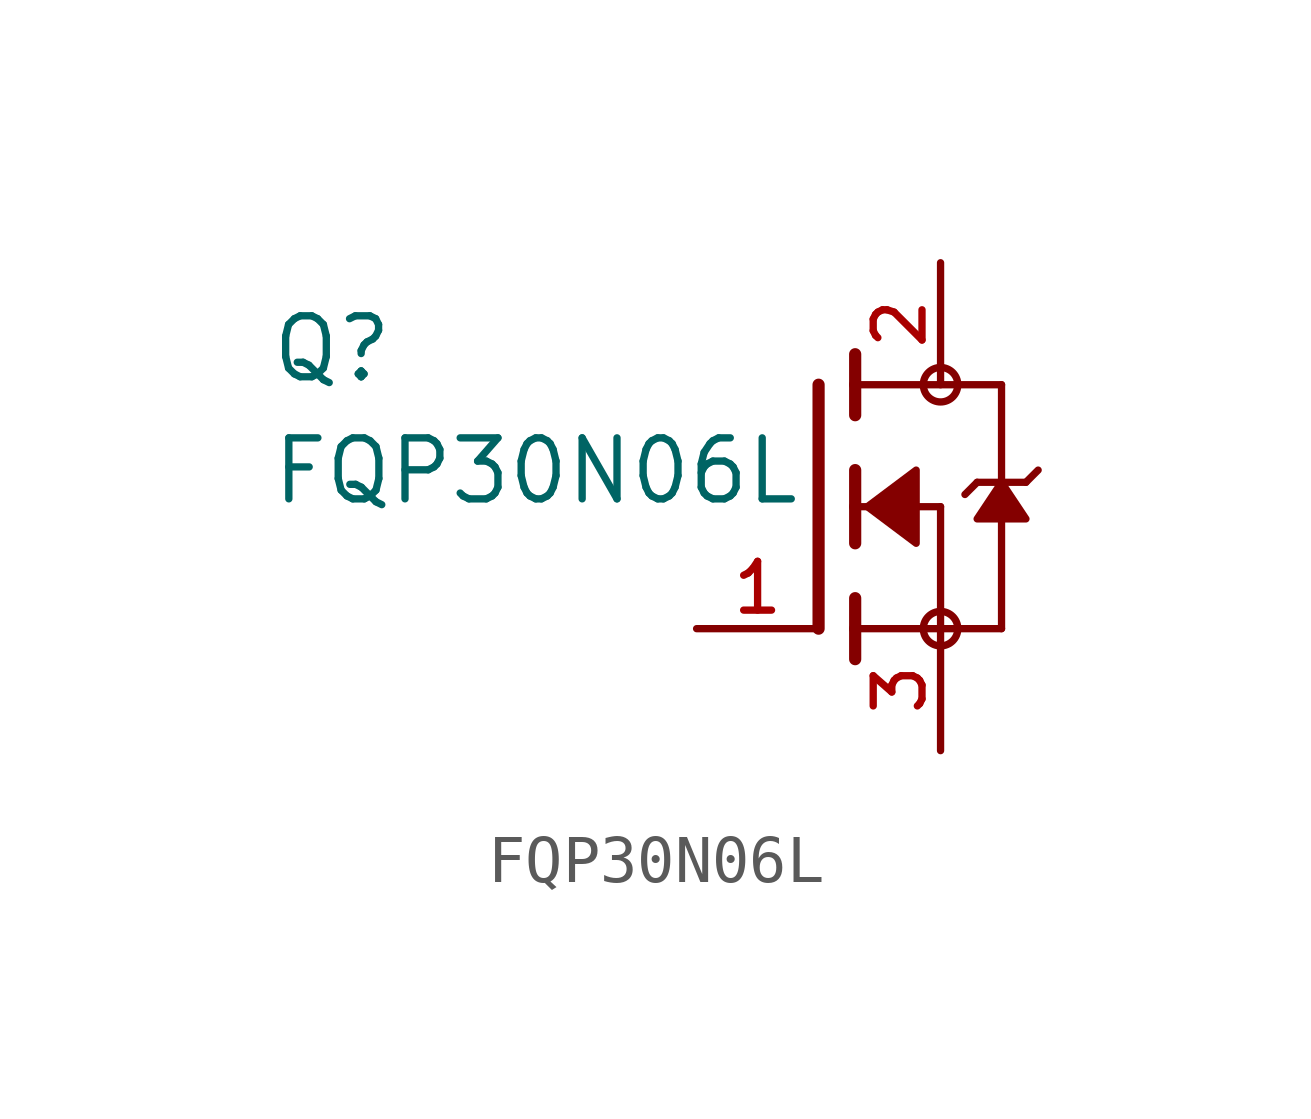
<source format=kicad_sym>
(kicad_symbol_lib
  (version 20211014)
  (generator kicad_symbol_editor)
  (symbol "FQP30N06L"
    (pin_names
      (offset 1.016))
    (property "Reference" "Q"
      (at -11.44 2.542 0)
      (effects (font (size 1.27 1.27)) (justify bottom left)))
    (property "Value" "FQP30N06L"
      (at -11.434 0.0 0)
      (effects (font (size 1.27 1.27)) (justify bottom left)))
    (symbol "FQP30N06L_0_0"
      (polyline (pts (xy 0.762 0.762) (xy 0.762 0.0)) (stroke (width 0.254)))
      (polyline (pts (xy 0.762 0.0) (xy 0.762 -0.762)) (stroke (width 0.254)))
      (polyline (pts (xy 0.762 3.175) (xy 0.762 2.54)) (stroke (width 0.254)))
      (polyline (pts (xy 0.762 2.54) (xy 0.762 1.905)) (stroke (width 0.254)))
      (polyline (pts (xy 0.762 0.0) (xy 2.54 0.0)) (stroke (width 0.152)))
      (polyline (pts (xy 2.54 0.0) (xy 2.54 -2.54)) (stroke (width 0.152)))
      (polyline (pts (xy 0.762 -1.905) (xy 0.762 -2.54)) (stroke (width 0.254)))
      (polyline (pts (xy 0.762 -2.54) (xy 0.762 -3.175)) (stroke (width 0.254)))
      (polyline (pts (xy 0.0 2.54) (xy 0.0 -2.54)) (stroke (width 0.254)))
      (polyline (pts (xy 2.54 -2.54) (xy 0.762 -2.54)) (stroke (width 0.152)))
      (polyline (pts (xy 3.81 2.54) (xy 3.81 0.508)) (stroke (width 0.152)))
      (polyline (pts (xy 3.81 0.508) (xy 3.81 -2.54)) (stroke (width 0.152)))
      (polyline (pts (xy 2.54 -2.54) (xy 3.81 -2.54)) (stroke (width 0.152)))
      (polyline (pts (xy 0.762 2.54) (xy 3.81 2.54)) (stroke (width 0.152)))
      (polyline (pts (xy 4.572 0.762) (xy 4.318 0.508)) (stroke (width 0.152)))
      (polyline (pts (xy 4.318 0.508) (xy 3.81 0.508)) (stroke (width 0.152)))
      (polyline (pts (xy 3.81 0.508) (xy 3.302 0.508)) (stroke (width 0.152)))
      (polyline (pts (xy 3.302 0.508) (xy 3.048 0.254)) (stroke (width 0.152)))
      (circle (center 2.54 -2.54) (radius 0.359) (stroke (width 0.0)) (fill (type none)))
      (circle (center 2.54 2.54) (radius 0.359) (stroke (width 0.0)) (fill (type none)))
      (polyline (pts (xy 3.81 0.508) (xy 3.302 -0.254) (xy 4.318 -0.254) (xy 3.81 0.508)) (stroke (width 0.152)) (fill (type outline)))
      (polyline (pts (xy 1.016 0.0) (xy 2.032 0.762) (xy 2.032 -0.762) (xy 1.016 0.0)) (stroke (width 0.152)) (fill (type outline)))
      (pin passive line (at 2.54 -5.08 90.0) (length 2.54) (name "~" (effects (font (size 1.016 1.016)))) (number "3" (effects (font (size 1.016 1.016)))))
      (pin passive line (at -2.54 -2.54 0) (length 2.54) (name "~" (effects (font (size 1.016 1.016)))) (number "1" (effects (font (size 1.016 1.016)))))
      (pin passive line (at 2.54 5.08 270.0) (length 2.54) (name "~" (effects (font (size 1.016 1.016)))) (number "2" (effects (font (size 1.016 1.016))))))))
</source>
